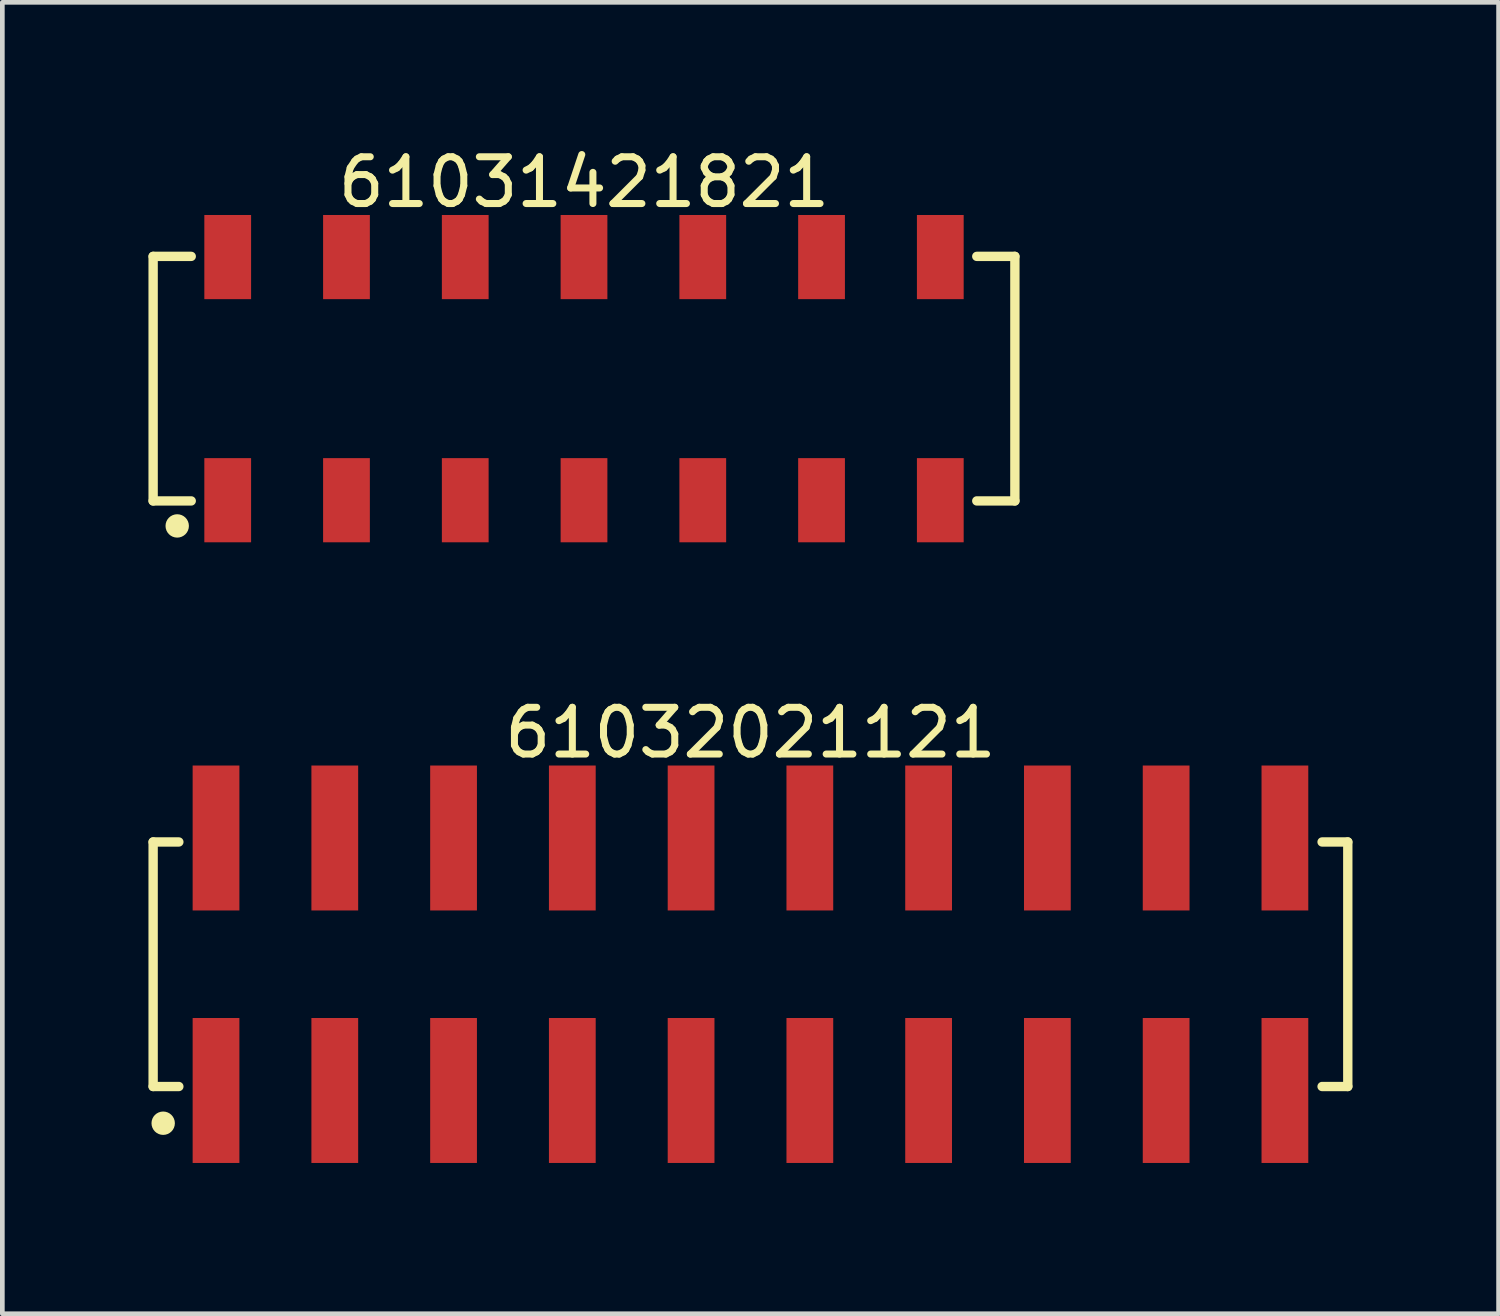
<source format=kicad_pcb>
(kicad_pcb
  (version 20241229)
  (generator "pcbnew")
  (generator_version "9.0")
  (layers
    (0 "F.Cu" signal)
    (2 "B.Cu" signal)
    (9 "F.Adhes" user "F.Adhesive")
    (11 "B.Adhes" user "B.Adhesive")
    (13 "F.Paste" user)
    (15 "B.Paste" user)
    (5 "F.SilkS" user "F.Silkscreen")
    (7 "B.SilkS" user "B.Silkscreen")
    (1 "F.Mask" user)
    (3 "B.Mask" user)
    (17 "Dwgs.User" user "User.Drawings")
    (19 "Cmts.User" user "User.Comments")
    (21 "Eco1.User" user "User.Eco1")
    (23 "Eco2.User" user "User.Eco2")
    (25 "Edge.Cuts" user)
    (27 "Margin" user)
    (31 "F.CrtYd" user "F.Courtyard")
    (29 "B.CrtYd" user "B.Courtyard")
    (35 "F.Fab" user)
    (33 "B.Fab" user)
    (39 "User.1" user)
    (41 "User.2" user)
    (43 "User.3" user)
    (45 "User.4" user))
  (footprint "61031421821"
    (layer "F.Cu")
    (at 9.44 5.048)
    (property "Reference" "61031421821" (at 0 -4.2 0) (layer "F.SilkS") (effects (font (size 1 1) (thickness 0.15))))
    (fp_line (start -9.215 -2.615) (end -8.4 -2.615) (stroke (width 0.2) (type solid)) (layer "F.SilkS"))
    (fp_line (start -9.215 2.615) (end -9.215 -2.615) (stroke (width 0.2) (type solid)) (layer "F.SilkS"))
    (fp_line (start -9.215 2.615) (end -8.4 2.615) (stroke (width 0.2) (type solid)) (layer "F.SilkS"))
    (fp_line (start 8.4 -2.615) (end 9.215 -2.615) (stroke (width 0.2) (type solid)) (layer "F.SilkS"))
    (fp_line (start 8.4 2.615) (end 9.215 2.615) (stroke (width 0.2) (type solid)) (layer "F.SilkS"))
    (fp_line (start 9.215 2.615) (end 9.215 -2.615) (stroke (width 0.2) (type solid)) (layer "F.SilkS"))
    (fp_circle (center -8.7 3.15) (end -8.7 3.025) (stroke (width 0.25) (type solid)) (fill no) (layer "F.SilkS"))
    (fp_line (start -9.415 -3.7) (end 9.415 -3.7) (stroke (width 0.05) (type solid)) (layer "Eco2.User"))
    (fp_line (start -9.415 3.7) (end -9.415 -3.7) (stroke (width 0.05) (type solid)) (layer "Eco2.User"))
    (fp_line (start -9.415 3.7) (end 9.415 3.7) (stroke (width 0.05) (type solid)) (layer "Eco2.User"))
    (fp_line (start -9.14 -2.54) (end 9.14 -2.54) (stroke (width 0.1) (type solid)) (layer "Eco2.User"))
    (fp_line (start -9.14 2.54) (end -9.14 -2.54) (stroke (width 0.1) (type solid)) (layer "Eco2.User"))
    (fp_line (start -9.14 2.54) (end 9.14 2.54) (stroke (width 0.1) (type solid)) (layer "Eco2.User"))
    (fp_line (start -7.94 -3.35) (end -7.3 -3.35) (stroke (width 0.1) (type solid)) (layer "Eco2.User"))
    (fp_line (start -7.94 -2.54) (end -7.94 -3.35) (stroke (width 0.1) (type solid)) (layer "Eco2.User"))
    (fp_line (start -7.94 3.35) (end -7.94 2.54) (stroke (width 0.1) (type solid)) (layer "Eco2.User"))
    (fp_line (start -7.94 3.35) (end -7.3 3.35) (stroke (width 0.1) (type solid)) (layer "Eco2.User"))
    (fp_line (start -7.3 -2.54) (end -7.3 -3.35) (stroke (width 0.1) (type solid)) (layer "Eco2.User"))
    (fp_line (start -7.3 3.35) (end -7.3 2.54) (stroke (width 0.1) (type solid)) (layer "Eco2.User"))
    (fp_line (start -5.4 -3.35) (end -4.76 -3.35) (stroke (width 0.1) (type solid)) (layer "Eco2.User"))
    (fp_line (start -5.4 -2.54) (end -5.4 -3.35) (stroke (width 0.1) (type solid)) (layer "Eco2.User"))
    (fp_line (start -5.4 3.35) (end -5.4 2.54) (stroke (width 0.1) (type solid)) (layer "Eco2.User"))
    (fp_line (start -5.4 3.35) (end -4.76 3.35) (stroke (width 0.1) (type solid)) (layer "Eco2.User"))
    (fp_line (start -4.76 -2.54) (end -4.76 -3.35) (stroke (width 0.1) (type solid)) (layer "Eco2.User"))
    (fp_line (start -4.76 3.35) (end -4.76 2.54) (stroke (width 0.1) (type solid)) (layer "Eco2.User"))
    (fp_line (start -2.86 -3.35) (end -2.22 -3.35) (stroke (width 0.1) (type solid)) (layer "Eco2.User"))
    (fp_line (start -2.86 -2.54) (end -2.86 -3.35) (stroke (width 0.1) (type solid)) (layer "Eco2.User"))
    (fp_line (start -2.86 3.35) (end -2.86 2.54) (stroke (width 0.1) (type solid)) (layer "Eco2.User"))
    (fp_line (start -2.86 3.35) (end -2.22 3.35) (stroke (width 0.1) (type solid)) (layer "Eco2.User"))
    (fp_line (start -2.22 -2.54) (end -2.22 -3.35) (stroke (width 0.1) (type solid)) (layer "Eco2.User"))
    (fp_line (start -2.22 3.35) (end -2.22 2.54) (stroke (width 0.1) (type solid)) (layer "Eco2.User"))
    (fp_line (start -0.5 0) (end 0.5 0) (stroke (width 0.05) (type solid)) (layer "Eco2.User"))
    (fp_line (start -0.32 -3.35) (end 0.32 -3.35) (stroke (width 0.1) (type solid)) (layer "Eco2.User"))
    (fp_line (start -0.32 -2.54) (end -0.32 -3.35) (stroke (width 0.1) (type solid)) (layer "Eco2.User"))
    (fp_line (start -0.32 3.35) (end -0.32 2.54) (stroke (width 0.1) (type solid)) (layer "Eco2.User"))
    (fp_line (start -0.32 3.35) (end 0.32 3.35) (stroke (width 0.1) (type solid)) (layer "Eco2.User"))
    (fp_line (start 0 0.5) (end 0 -0.5) (stroke (width 0.05) (type solid)) (layer "Eco2.User"))
    (fp_line (start 0.32 -2.54) (end 0.32 -3.35) (stroke (width 0.1) (type solid)) (layer "Eco2.User"))
    (fp_line (start 0.32 3.35) (end 0.32 2.54) (stroke (width 0.1) (type solid)) (layer "Eco2.User"))
    (fp_line (start 2.22 -3.35) (end 2.86 -3.35) (stroke (width 0.1) (type solid)) (layer "Eco2.User"))
    (fp_line (start 2.22 -2.54) (end 2.22 -3.35) (stroke (width 0.1) (type solid)) (layer "Eco2.User"))
    (fp_line (start 2.22 3.35) (end 2.22 2.54) (stroke (width 0.1) (type solid)) (layer "Eco2.User"))
    (fp_line (start 2.22 3.35) (end 2.86 3.35) (stroke (width 0.1) (type solid)) (layer "Eco2.User"))
    (fp_line (start 2.86 -2.54) (end 2.86 -3.35) (stroke (width 0.1) (type solid)) (layer "Eco2.User"))
    (fp_line (start 2.86 3.35) (end 2.86 2.54) (stroke (width 0.1) (type solid)) (layer "Eco2.User"))
    (fp_line (start 4.76 -3.35) (end 5.4 -3.35) (stroke (width 0.1) (type solid)) (layer "Eco2.User"))
    (fp_line (start 4.76 -2.54) (end 4.76 -3.35) (stroke (width 0.1) (type solid)) (layer "Eco2.User"))
    (fp_line (start 4.76 3.35) (end 4.76 2.54) (stroke (width 0.1) (type solid)) (layer "Eco2.User"))
    (fp_line (start 4.76 3.35) (end 5.4 3.35) (stroke (width 0.1) (type solid)) (layer "Eco2.User"))
    (fp_line (start 5.4 -2.54) (end 5.4 -3.35) (stroke (width 0.1) (type solid)) (layer "Eco2.User"))
    (fp_line (start 5.4 3.35) (end 5.4 2.54) (stroke (width 0.1) (type solid)) (layer "Eco2.User"))
    (fp_line (start 7.3 -3.35) (end 7.94 -3.35) (stroke (width 0.1) (type solid)) (layer "Eco2.User"))
    (fp_line (start 7.3 -2.54) (end 7.3 -3.35) (stroke (width 0.1) (type solid)) (layer "Eco2.User"))
    (fp_line (start 7.3 3.35) (end 7.3 2.54) (stroke (width 0.1) (type solid)) (layer "Eco2.User"))
    (fp_line (start 7.3 3.35) (end 7.94 3.35) (stroke (width 0.1) (type solid)) (layer "Eco2.User"))
    (fp_line (start 7.94 -2.54) (end 7.94 -3.35) (stroke (width 0.1) (type solid)) (layer "Eco2.User"))
    (fp_line (start 7.94 3.35) (end 7.94 2.54) (stroke (width 0.1) (type solid)) (layer "Eco2.User"))
    (fp_line (start 9.14 2.54) (end 9.14 -2.54) (stroke (width 0.1) (type solid)) (layer "Eco2.User"))
    (fp_line (start 9.415 3.7) (end 9.415 -3.7) (stroke (width 0.05) (type solid)) (layer "Eco2.User"))
    (fp_text user "${REFERENCE}" (at 0.15 -0.197 0) (unlocked yes) (layer "User.3") (effects (font (size 1.5 1.5) (thickness 0.15))))
    (pad "1" smd rect (at -7.62 2.6) (size 1 1.8) (layers "F.Cu" "F.Mask" "F.Paste"))
    (pad "2" smd rect (at -7.62 -2.6) (size 1 1.8) (layers "F.Cu" "F.Mask" "F.Paste"))
    (pad "3" smd rect (at -5.08 2.6) (size 1 1.8) (layers "F.Cu" "F.Mask" "F.Paste"))
    (pad "4" smd rect (at -5.08 -2.6) (size 1 1.8) (layers "F.Cu" "F.Mask" "F.Paste"))
    (pad "5" smd rect (at -2.54 2.6) (size 1 1.8) (layers "F.Cu" "F.Mask" "F.Paste"))
    (pad "6" smd rect (at -2.54 -2.6) (size 1 1.8) (layers "F.Cu" "F.Mask" "F.Paste"))
    (pad "7" smd rect (at 0 2.6) (size 1 1.8) (layers "F.Cu" "F.Mask" "F.Paste"))
    (pad "8" smd rect (at 0 -2.6) (size 1 1.8) (layers "F.Cu" "F.Mask" "F.Paste"))
    (pad "9" smd rect (at 2.54 2.6) (size 1 1.8) (layers "F.Cu" "F.Mask" "F.Paste"))
    (pad "10" smd rect (at 2.54 -2.6) (size 1 1.8) (layers "F.Cu" "F.Mask" "F.Paste"))
    (pad "11" smd rect (at 5.08 2.6) (size 1 1.8) (layers "F.Cu" "F.Mask" "F.Paste"))
    (pad "12" smd rect (at 5.08 -2.6) (size 1 1.8) (layers "F.Cu" "F.Mask" "F.Paste"))
    (pad "13" smd rect (at 7.62 2.6) (size 1 1.8) (layers "F.Cu" "F.Mask" "F.Paste"))
    (pad "14" smd rect (at 7.62 -2.6) (size 1 1.8) (layers "F.Cu" "F.Mask" "F.Paste")))
  (footprint "61032021121"
    (layer "F.Cu")
    (at 13 17.572)
    (property "Reference" "61032021121" (at 0 -4.95 0) (layer "F.SilkS") (effects (font (size 1 1) (thickness 0.15))))
    (fp_line (start -12.775 -2.615) (end -12.225 -2.615) (stroke (width 0.2) (type solid)) (layer "F.SilkS"))
    (fp_line (start -12.775 2.615) (end -12.775 -2.615) (stroke (width 0.2) (type solid)) (layer "F.SilkS"))
    (fp_line (start -12.775 2.615) (end -12.225 2.615) (stroke (width 0.2) (type solid)) (layer "F.SilkS"))
    (fp_line (start 12.225 -2.615) (end 12.775 -2.615) (stroke (width 0.2) (type solid)) (layer "F.SilkS"))
    (fp_line (start 12.225 2.615) (end 12.775 2.615) (stroke (width 0.2) (type solid)) (layer "F.SilkS"))
    (fp_line (start 12.775 2.615) (end 12.775 -2.615) (stroke (width 0.2) (type solid)) (layer "F.SilkS"))
    (fp_circle (center -12.56 3.4) (end -12.56 3.275) (stroke (width 0.25) (type solid)) (fill no) (layer "F.SilkS"))
    (fp_line (start -12.975 -4.45) (end 12.975 -4.45) (stroke (width 0.05) (type solid)) (layer "Eco2.User"))
    (fp_line (start -12.975 4.45) (end -12.975 -4.45) (stroke (width 0.05) (type solid)) (layer "Eco2.User"))
    (fp_line (start -12.975 4.45) (end 12.975 4.45) (stroke (width 0.05) (type solid)) (layer "Eco2.User"))
    (fp_line (start -12.7 -2.54) (end 12.7 -2.54) (stroke (width 0.1) (type solid)) (layer "Eco2.User"))
    (fp_line (start -12.7 2.54) (end -12.7 -2.54) (stroke (width 0.1) (type solid)) (layer "Eco2.User"))
    (fp_line (start -12.7 2.54) (end 12.7 2.54) (stroke (width 0.1) (type solid)) (layer "Eco2.User"))
    (fp_line (start -11.75 -3.75) (end -11.11 -3.75) (stroke (width 0.1) (type solid)) (layer "Eco2.User"))
    (fp_line (start -11.75 -2.54) (end -11.75 -3.75) (stroke (width 0.1) (type solid)) (layer "Eco2.User"))
    (fp_line (start -11.75 3.75) (end -11.75 2.54) (stroke (width 0.1) (type solid)) (layer "Eco2.User"))
    (fp_line (start -11.75 3.75) (end -11.11 3.75) (stroke (width 0.1) (type solid)) (layer "Eco2.User"))
    (fp_line (start -11.11 -2.54) (end -11.11 -3.75) (stroke (width 0.1) (type solid)) (layer "Eco2.User"))
    (fp_line (start -11.11 3.75) (end -11.11 2.54) (stroke (width 0.1) (type solid)) (layer "Eco2.User"))
    (fp_line (start -9.21 -3.75) (end -8.57 -3.75) (stroke (width 0.1) (type solid)) (layer "Eco2.User"))
    (fp_line (start -9.21 -2.54) (end -9.21 -3.75) (stroke (width 0.1) (type solid)) (layer "Eco2.User"))
    (fp_line (start -9.21 3.75) (end -9.21 2.54) (stroke (width 0.1) (type solid)) (layer "Eco2.User"))
    (fp_line (start -9.21 3.75) (end -8.57 3.75) (stroke (width 0.1) (type solid)) (layer "Eco2.User"))
    (fp_line (start -8.57 -2.54) (end -8.57 -3.75) (stroke (width 0.1) (type solid)) (layer "Eco2.User"))
    (fp_line (start -8.57 3.75) (end -8.57 2.54) (stroke (width 0.1) (type solid)) (layer "Eco2.User"))
    (fp_line (start -6.67 -3.75) (end -6.03 -3.75) (stroke (width 0.1) (type solid)) (layer "Eco2.User"))
    (fp_line (start -6.67 -2.54) (end -6.67 -3.75) (stroke (width 0.1) (type solid)) (layer "Eco2.User"))
    (fp_line (start -6.67 3.75) (end -6.67 2.54) (stroke (width 0.1) (type solid)) (layer "Eco2.User"))
    (fp_line (start -6.67 3.75) (end -6.03 3.75) (stroke (width 0.1) (type solid)) (layer "Eco2.User"))
    (fp_line (start -6.03 -2.54) (end -6.03 -3.75) (stroke (width 0.1) (type solid)) (layer "Eco2.User"))
    (fp_line (start -6.03 3.75) (end -6.03 2.54) (stroke (width 0.1) (type solid)) (layer "Eco2.User"))
    (fp_line (start -4.13 -3.75) (end -3.49 -3.75) (stroke (width 0.1) (type solid)) (layer "Eco2.User"))
    (fp_line (start -4.13 -2.54) (end -4.13 -3.75) (stroke (width 0.1) (type solid)) (layer "Eco2.User"))
    (fp_line (start -4.13 3.75) (end -4.13 2.54) (stroke (width 0.1) (type solid)) (layer "Eco2.User"))
    (fp_line (start -4.13 3.75) (end -3.49 3.75) (stroke (width 0.1) (type solid)) (layer "Eco2.User"))
    (fp_line (start -3.49 -2.54) (end -3.49 -3.75) (stroke (width 0.1) (type solid)) (layer "Eco2.User"))
    (fp_line (start -3.49 3.75) (end -3.49 2.54) (stroke (width 0.1) (type solid)) (layer "Eco2.User"))
    (fp_line (start -1.59 -3.75) (end -0.95 -3.75) (stroke (width 0.1) (type solid)) (layer "Eco2.User"))
    (fp_line (start -1.59 -2.54) (end -1.59 -3.75) (stroke (width 0.1) (type solid)) (layer "Eco2.User"))
    (fp_line (start -1.59 3.75) (end -1.59 2.54) (stroke (width 0.1) (type solid)) (layer "Eco2.User"))
    (fp_line (start -1.59 3.75) (end -0.95 3.75) (stroke (width 0.1) (type solid)) (layer "Eco2.User"))
    (fp_line (start -0.95 -2.54) (end -0.95 -3.75) (stroke (width 0.1) (type solid)) (layer "Eco2.User"))
    (fp_line (start -0.95 3.75) (end -0.95 2.54) (stroke (width 0.1) (type solid)) (layer "Eco2.User"))
    (fp_line (start -0.5 0) (end 0.5 0) (stroke (width 0.05) (type solid)) (layer "Eco2.User"))
    (fp_line (start 0 0.5) (end 0 -0.5) (stroke (width 0.05) (type solid)) (layer "Eco2.User"))
    (fp_line (start 0.95 -3.75) (end 1.59 -3.75) (stroke (width 0.1) (type solid)) (layer "Eco2.User"))
    (fp_line (start 0.95 -2.54) (end 0.95 -3.75) (stroke (width 0.1) (type solid)) (layer "Eco2.User"))
    (fp_line (start 0.95 3.75) (end 0.95 2.54) (stroke (width 0.1) (type solid)) (layer "Eco2.User"))
    (fp_line (start 0.95 3.75) (end 1.59 3.75) (stroke (width 0.1) (type solid)) (layer "Eco2.User"))
    (fp_line (start 1.59 -2.54) (end 1.59 -3.75) (stroke (width 0.1) (type solid)) (layer "Eco2.User"))
    (fp_line (start 1.59 3.75) (end 1.59 2.54) (stroke (width 0.1) (type solid)) (layer "Eco2.User"))
    (fp_line (start 3.49 -3.75) (end 4.13 -3.75) (stroke (width 0.1) (type solid)) (layer "Eco2.User"))
    (fp_line (start 3.49 -2.54) (end 3.49 -3.75) (stroke (width 0.1) (type solid)) (layer "Eco2.User"))
    (fp_line (start 3.49 3.75) (end 3.49 2.54) (stroke (width 0.1) (type solid)) (layer "Eco2.User"))
    (fp_line (start 3.49 3.75) (end 4.13 3.75) (stroke (width 0.1) (type solid)) (layer "Eco2.User"))
    (fp_line (start 4.13 -2.54) (end 4.13 -3.75) (stroke (width 0.1) (type solid)) (layer "Eco2.User"))
    (fp_line (start 4.13 3.75) (end 4.13 2.54) (stroke (width 0.1) (type solid)) (layer "Eco2.User"))
    (fp_line (start 6.03 -3.75) (end 6.67 -3.75) (stroke (width 0.1) (type solid)) (layer "Eco2.User"))
    (fp_line (start 6.03 -2.54) (end 6.03 -3.75) (stroke (width 0.1) (type solid)) (layer "Eco2.User"))
    (fp_line (start 6.03 3.75) (end 6.03 2.54) (stroke (width 0.1) (type solid)) (layer "Eco2.User"))
    (fp_line (start 6.03 3.75) (end 6.67 3.75) (stroke (width 0.1) (type solid)) (layer "Eco2.User"))
    (fp_line (start 6.67 -2.54) (end 6.67 -3.75) (stroke (width 0.1) (type solid)) (layer "Eco2.User"))
    (fp_line (start 6.67 3.75) (end 6.67 2.54) (stroke (width 0.1) (type solid)) (layer "Eco2.User"))
    (fp_line (start 8.57 -3.75) (end 9.21 -3.75) (stroke (width 0.1) (type solid)) (layer "Eco2.User"))
    (fp_line (start 8.57 -2.54) (end 8.57 -3.75) (stroke (width 0.1) (type solid)) (layer "Eco2.User"))
    (fp_line (start 8.57 3.75) (end 8.57 2.54) (stroke (width 0.1) (type solid)) (layer "Eco2.User"))
    (fp_line (start 8.57 3.75) (end 9.21 3.75) (stroke (width 0.1) (type solid)) (layer "Eco2.User"))
    (fp_line (start 9.21 -2.54) (end 9.21 -3.75) (stroke (width 0.1) (type solid)) (layer "Eco2.User"))
    (fp_line (start 9.21 3.75) (end 9.21 2.54) (stroke (width 0.1) (type solid)) (layer "Eco2.User"))
    (fp_line (start 11.11 -3.75) (end 11.75 -3.75) (stroke (width 0.1) (type solid)) (layer "Eco2.User"))
    (fp_line (start 11.11 -2.54) (end 11.11 -3.75) (stroke (width 0.1) (type solid)) (layer "Eco2.User"))
    (fp_line (start 11.11 3.75) (end 11.11 2.54) (stroke (width 0.1) (type solid)) (layer "Eco2.User"))
    (fp_line (start 11.11 3.75) (end 11.75 3.75) (stroke (width 0.1) (type solid)) (layer "Eco2.User"))
    (fp_line (start 11.75 -2.54) (end 11.75 -3.75) (stroke (width 0.1) (type solid)) (layer "Eco2.User"))
    (fp_line (start 11.75 3.75) (end 11.75 2.54) (stroke (width 0.1) (type solid)) (layer "Eco2.User"))
    (fp_line (start 12.7 2.54) (end 12.7 -2.54) (stroke (width 0.1) (type solid)) (layer "Eco2.User"))
    (fp_line (start 12.975 4.45) (end 12.975 -4.45) (stroke (width 0.05) (type solid)) (layer "Eco2.User"))
    (fp_text user "${REFERENCE}" (at 0.15 -0.197 0) (unlocked yes) (layer "User.3") (effects (font (size 1.5 1.5) (thickness 0.15))))
    (pad "1" smd rect (at -11.43 2.7) (size 1 3.1) (layers "F.Cu" "F.Mask" "F.Paste"))
    (pad "2" smd rect (at -11.43 -2.7) (size 1 3.1) (layers "F.Cu" "F.Mask" "F.Paste"))
    (pad "3" smd rect (at -8.89 2.7) (size 1 3.1) (layers "F.Cu" "F.Mask" "F.Paste"))
    (pad "4" smd rect (at -8.89 -2.7) (size 1 3.1) (layers "F.Cu" "F.Mask" "F.Paste"))
    (pad "5" smd rect (at -6.35 2.7) (size 1 3.1) (layers "F.Cu" "F.Mask" "F.Paste"))
    (pad "6" smd rect (at -6.35 -2.7) (size 1 3.1) (layers "F.Cu" "F.Mask" "F.Paste"))
    (pad "7" smd rect (at -3.81 2.7) (size 1 3.1) (layers "F.Cu" "F.Mask" "F.Paste"))
    (pad "8" smd rect (at -3.81 -2.7) (size 1 3.1) (layers "F.Cu" "F.Mask" "F.Paste"))
    (pad "9" smd rect (at -1.27 2.7) (size 1 3.1) (layers "F.Cu" "F.Mask" "F.Paste"))
    (pad "10" smd rect (at -1.27 -2.7) (size 1 3.1) (layers "F.Cu" "F.Mask" "F.Paste"))
    (pad "11" smd rect (at 1.27 2.7) (size 1 3.1) (layers "F.Cu" "F.Mask" "F.Paste"))
    (pad "12" smd rect (at 1.27 -2.7) (size 1 3.1) (layers "F.Cu" "F.Mask" "F.Paste"))
    (pad "13" smd rect (at 3.81 2.7) (size 1 3.1) (layers "F.Cu" "F.Mask" "F.Paste"))
    (pad "14" smd rect (at 3.81 -2.7) (size 1 3.1) (layers "F.Cu" "F.Mask" "F.Paste"))
    (pad "15" smd rect (at 6.35 2.7) (size 1 3.1) (layers "F.Cu" "F.Mask" "F.Paste"))
    (pad "16" smd rect (at 6.35 -2.7) (size 1 3.1) (layers "F.Cu" "F.Mask" "F.Paste"))
    (pad "17" smd rect (at 8.89 2.7) (size 1 3.1) (layers "F.Cu" "F.Mask" "F.Paste"))
    (pad "18" smd rect (at 8.89 -2.7) (size 1 3.1) (layers "F.Cu" "F.Mask" "F.Paste"))
    (pad "19" smd rect (at 11.43 2.7) (size 1 3.1) (layers "F.Cu" "F.Mask" "F.Paste"))
    (pad "20" smd rect (at 11.43 -2.7) (size 1 3.1) (layers "F.Cu" "F.Mask" "F.Paste")))
  (gr_rect
    (start -3 -3)
    (end 29 25.047)
    (stroke (width 0.1) (type default))
    (fill no)
    (layer "Edge.Cuts")))
</source>
